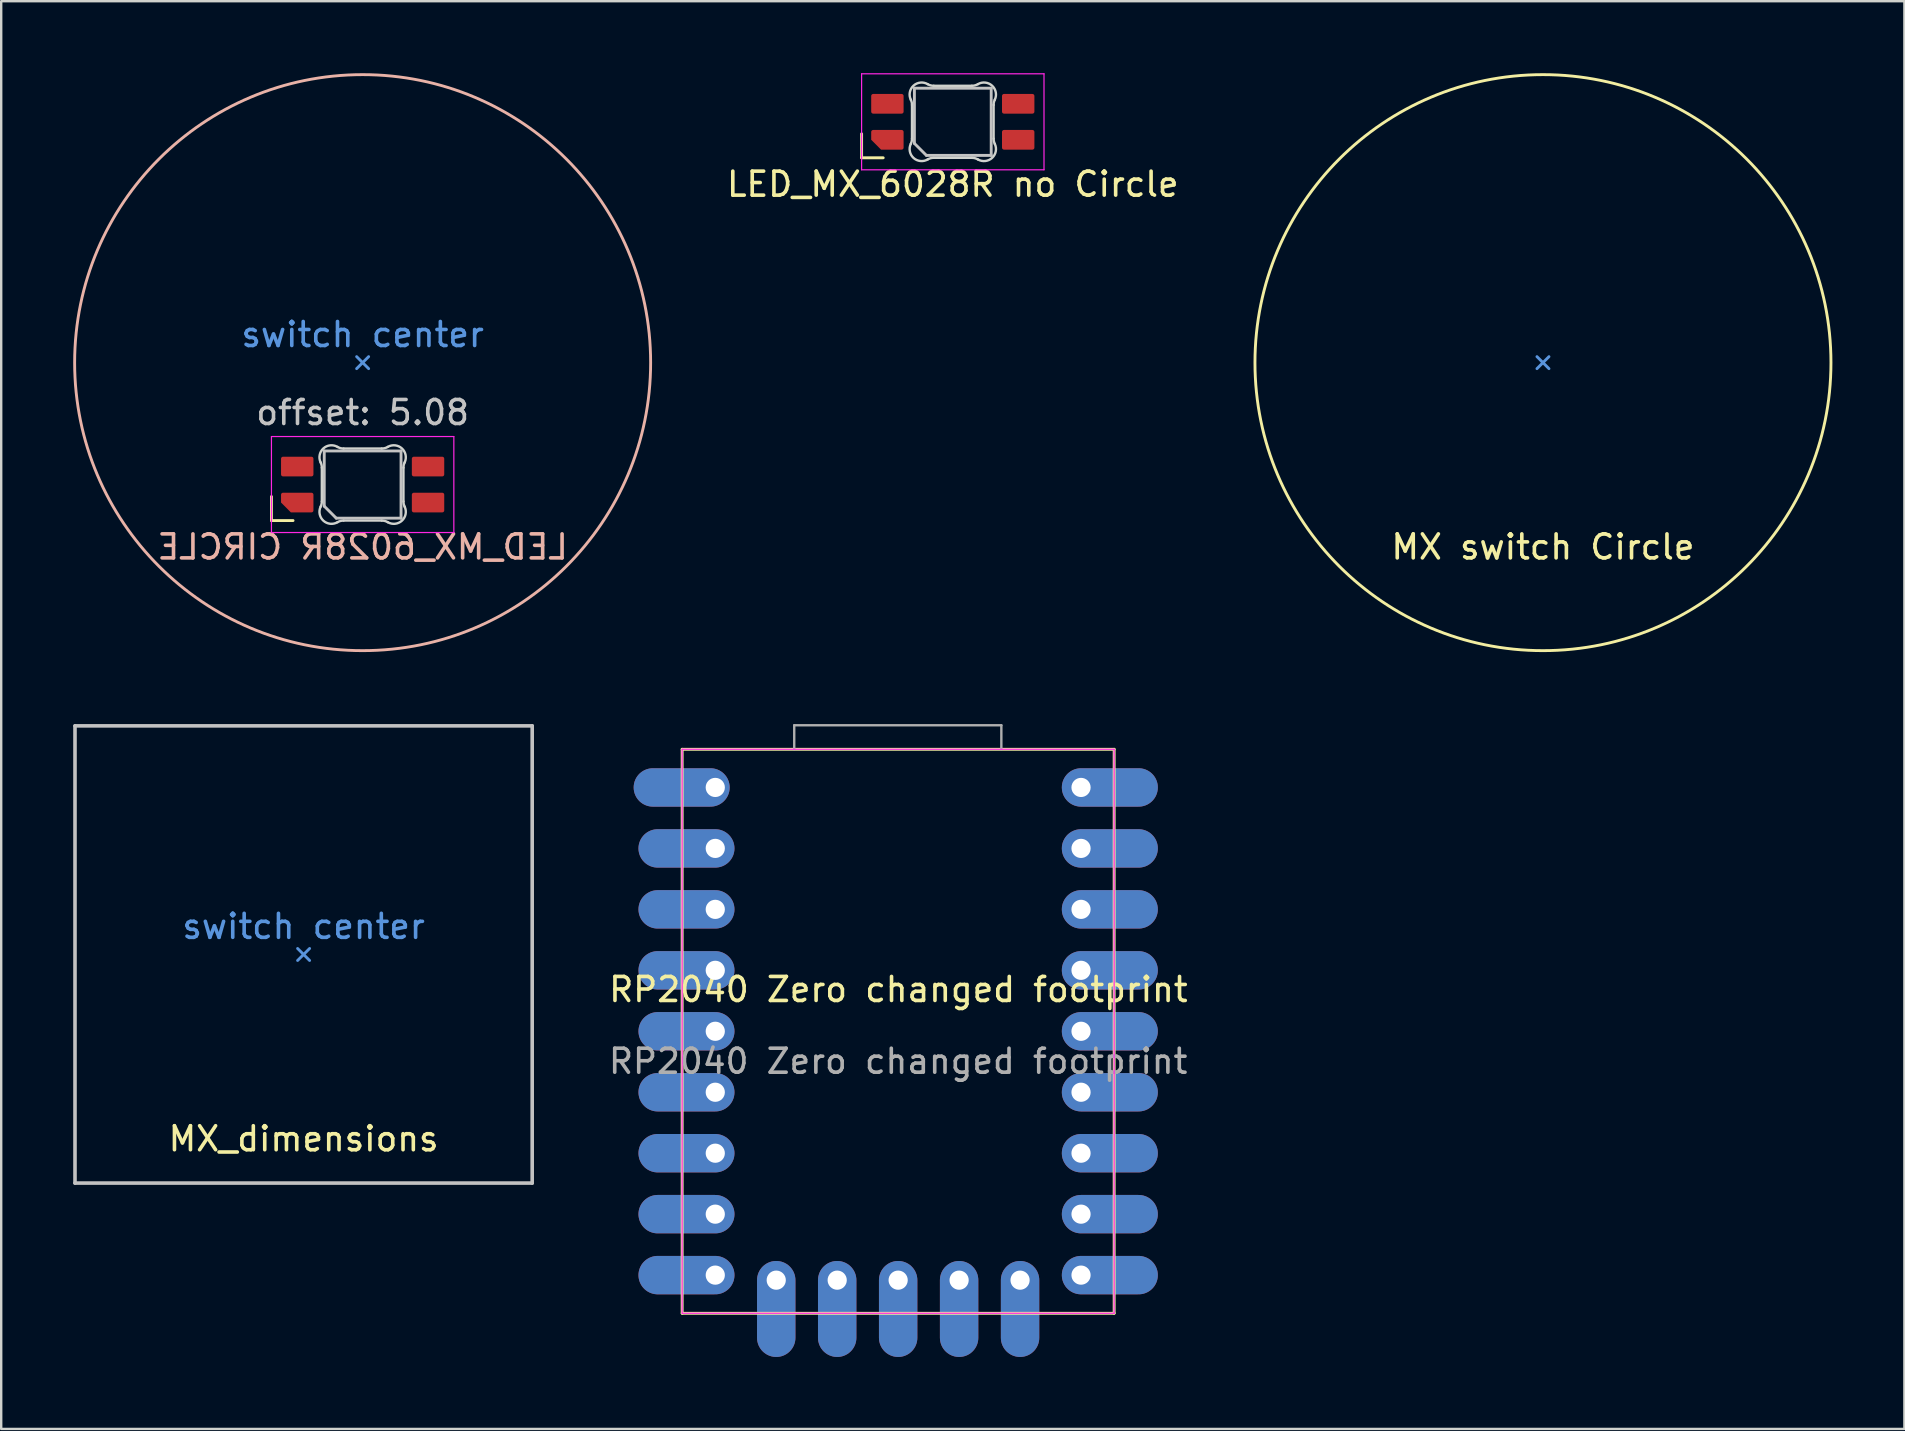
<source format=kicad_pcb>
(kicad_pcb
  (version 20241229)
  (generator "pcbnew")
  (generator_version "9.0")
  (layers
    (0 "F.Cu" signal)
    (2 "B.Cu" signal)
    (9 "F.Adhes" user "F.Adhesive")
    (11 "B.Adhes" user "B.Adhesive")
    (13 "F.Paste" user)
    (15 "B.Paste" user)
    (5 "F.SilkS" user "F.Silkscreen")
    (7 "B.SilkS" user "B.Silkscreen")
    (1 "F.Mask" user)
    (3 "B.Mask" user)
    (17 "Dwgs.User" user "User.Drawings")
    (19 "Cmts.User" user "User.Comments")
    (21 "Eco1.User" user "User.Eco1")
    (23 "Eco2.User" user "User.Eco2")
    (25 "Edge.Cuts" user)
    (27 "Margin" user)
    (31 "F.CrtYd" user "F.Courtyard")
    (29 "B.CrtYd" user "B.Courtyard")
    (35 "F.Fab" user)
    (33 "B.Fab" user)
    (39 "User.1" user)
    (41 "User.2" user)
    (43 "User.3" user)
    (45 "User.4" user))
  (footprint "MX_dimensions"
    (layer "F.Cu")
    (at 9.6 41.8)
    (property "Reference" "MX_dimensions" (at 0 2.6 0) (layer "F.SilkS") (effects (font (size 1 1) (thickness 0.15))))
    (attr smd)
    (fp_line (start -9.525 -14.605) (end -9.525 4.445) (stroke (width 0.15) (type solid)) (layer "Dwgs.User"))
    (fp_line (start -9.525 4.445) (end 9.525 4.445) (stroke (width 0.15) (type solid)) (layer "Dwgs.User"))
    (fp_line (start 9.525 -14.605) (end -9.525 -14.605) (stroke (width 0.15) (type solid)) (layer "Dwgs.User"))
    (fp_line (start 9.525 4.445) (end 9.525 -14.605) (stroke (width 0.15) (type solid)) (layer "Dwgs.User"))
    (fp_line (start -0.25 -4.83) (end 0 -5.08) (stroke (width 0.12) (type solid)) (layer "Cmts.User"))
    (fp_line (start 0 -5.08) (end -0.25 -5.33) (stroke (width 0.12) (type solid)) (layer "Cmts.User"))
    (fp_line (start 0 -5.08) (end 0.25 -5.33) (stroke (width 0.12) (type solid)) (layer "Cmts.User"))
    (fp_line (start 0.25 -4.83) (end 0 -5.08) (stroke (width 0.12) (type solid)) (layer "Cmts.User"))
    (fp_text user "switch center" (at 0 -6.25 0) (layer "Cmts.User") (effects (font (size 1 1) (thickness 0.15)))))
  (footprint "LED_MX_6028R CIRCLE"
    (layer "F.Cu")
    (at 12.06 17.14)
    (property "Reference" "LED_MX_6028R CIRCLE" (at 0 2.6 0) (layer "B.SilkS") (effects (font (size 1 1) (thickness 0.15)) (justify mirror)))
    (attr smd)
    (fp_line (start -3.8 0.5) (end -3.8 1.5) (stroke (width 0.12) (type solid)) (layer "F.SilkS"))
    (fp_line (start -3.8 1.5) (end -2.9 1.5) (stroke (width 0.12) (type solid)) (layer "F.SilkS"))
    (fp_circle (center 0 -5.08) (end -12 -5.08) (stroke (width 0.12) (type default)) (fill no) (layer "B.SilkS"))
    (fp_line (start -1.6 -1.4) (end 1.6 -1.4) (stroke (width 0.12) (type solid)) (layer "Dwgs.User"))
    (fp_line (start -1.6 0.9) (end -1.6 -1.4) (stroke (width 0.12) (type solid)) (layer "Dwgs.User"))
    (fp_line (start -1.6 0.9) (end -1.1 1.4) (stroke (width 0.12) (type solid)) (layer "Dwgs.User"))
    (fp_line (start 1.6 -1.4) (end 1.6 1.4) (stroke (width 0.12) (type solid)) (layer "Dwgs.User"))
    (fp_line (start 1.6 1.4) (end -1.1 1.4) (stroke (width 0.12) (type solid)) (layer "Dwgs.User"))
    (fp_line (start -0.25 -4.83) (end 0 -5.08) (stroke (width 0.12) (type solid)) (layer "Cmts.User"))
    (fp_line (start 0 -5.08) (end -0.25 -5.33) (stroke (width 0.12) (type solid)) (layer "Cmts.User"))
    (fp_line (start 0 -5.08) (end 0.25 -5.33) (stroke (width 0.12) (type solid)) (layer "Cmts.User"))
    (fp_line (start 0.25 -4.83) (end 0 -5.08) (stroke (width 0.12) (type solid)) (layer "Cmts.User"))
    (fp_line (start -1.7 -0.703) (end -1.7 0.703) (stroke (width 0.1) (type solid)) (layer "Edge.Cuts"))
    (fp_line (start -0.794 1.5) (end 0.794 1.5) (stroke (width 0.1) (type solid)) (layer "Edge.Cuts"))
    (fp_line (start 0.794 -1.5) (end -0.794 -1.5) (stroke (width 0.1) (type solid)) (layer "Edge.Cuts"))
    (fp_line (start 1.7 0.703) (end 1.7 -0.703) (stroke (width 0.1) (type solid)) (layer "Edge.Cuts"))
    (fp_arc (start -1.749484 -0.919721) (mid -1.712527 -0.814069) (end -1.699999 -0.702844) (stroke (width 0.1) (type solid)) (layer "Edge.Cuts"))
    (fp_arc (start -1.749484 -0.919721) (mid -1.638071 -1.504035) (end -1.046711 -1.568299) (stroke (width 0.1) (type solid)) (layer "Edge.Cuts"))
    (fp_arc (start -1.699999 0.702841) (mid -1.712527 0.814067) (end -1.749484 0.919719) (stroke (width 0.1) (type solid)) (layer "Edge.Cuts"))
    (fp_arc (start -1.046711 1.568298) (mid -1.638072 1.504034) (end -1.749484 0.919718) (stroke (width 0.1) (type solid)) (layer "Edge.Cuts"))
    (fp_arc (start -1.046711 1.568298) (mid -0.925123 1.517376) (end -0.794452 1.499999) (stroke (width 0.1) (type solid)) (layer "Edge.Cuts"))
    (fp_arc (start -0.794453 -1.5) (mid -0.925123 -1.517377) (end -1.046711 -1.568299) (stroke (width 0.1) (type solid)) (layer "Edge.Cuts"))
    (fp_arc (start 0.794452 1.499999) (mid 0.925122 1.517376) (end 1.04671 1.568298) (stroke (width 0.1) (type solid)) (layer "Edge.Cuts"))
    (fp_arc (start 1.046711 -1.5683) (mid 0.925123 -1.517378) (end 0.794453 -1.500001) (stroke (width 0.1) (type solid)) (layer "Edge.Cuts"))
    (fp_arc (start 1.046711 -1.5683) (mid 1.638071 -1.504036) (end 1.749484 -0.919721) (stroke (width 0.1) (type solid)) (layer "Edge.Cuts"))
    (fp_arc (start 1.699999 -0.702843) (mid 1.712527 -0.814069) (end 1.749484 -0.919721) (stroke (width 0.1) (type solid)) (layer "Edge.Cuts"))
    (fp_arc (start 1.749484 0.919719) (mid 1.63807 1.504033) (end 1.046711 1.568296) (stroke (width 0.1) (type solid)) (layer "Edge.Cuts"))
    (fp_arc (start 1.749484 0.919719) (mid 1.712527 0.814067) (end 1.699999 0.702842) (stroke (width 0.1) (type solid)) (layer "Edge.Cuts"))
    (fp_line (start -3.8 -2) (end 3.8 -2) (stroke (width 0.05) (type solid)) (layer "F.CrtYd"))
    (fp_line (start -3.8 2) (end -3.8 -2) (stroke (width 0.05) (type solid)) (layer "F.CrtYd"))
    (fp_line (start 3.8 -2) (end 3.8 2) (stroke (width 0.05) (type solid)) (layer "F.CrtYd"))
    (fp_line (start 3.8 2) (end -3.8 2) (stroke (width 0.05) (type solid)) (layer "F.CrtYd"))
    (fp_text user "offset: 5.08" (at 0 -3 0) (layer "Dwgs.User") (effects (font (size 1 1) (thickness 0.15))))
    (fp_text user "switch center" (at 0 -6.25 0) (layer "Cmts.User") (effects (font (size 1 1) (thickness 0.15))))
    (pad "1" smd roundrect (at 2.725 -0.75 90) (size 0.82 1.35) (layers "F.Cu" "F.Mask" "F.Paste") (roundrect_rratio 0.1))
    (pad "2" smd roundrect (at 2.725 0.75 90) (size 0.82 1.35) (layers "F.Cu" "F.Mask" "F.Paste") (roundrect_rratio 0.1))
    (pad "3" smd roundrect (at -2.725 -0.75 90) (size 0.82 1.35) (layers "F.Cu" "F.Mask" "F.Paste") (roundrect_rratio 0.1))
    (pad "4" smd roundrect (at -2.725 0.75 90) (size 0.82 1.35) (layers "F.Cu" "F.Mask" "F.Paste") (roundrect_rratio 0.1) (chamfer_ratio 0.5) (chamfer top_left)))
  (footprint "MX switch Circle"
    (layer "F.Cu")
    (at 61.24 17.14)
    (property "Reference" "MX switch Circle" (at 0 2.6 0) (layer "F.SilkS") (effects (font (size 1 1) (thickness 0.15))))
    (attr smd)
    (fp_circle (center 0 -5.08) (end 12 -5.08) (stroke (width 0.12) (type default)) (fill no) (layer "F.SilkS"))
    (fp_line (start -0.25 -4.83) (end 0 -5.08) (stroke (width 0.12) (type solid)) (layer "Cmts.User"))
    (fp_line (start 0 -5.08) (end -0.25 -5.33) (stroke (width 0.12) (type solid)) (layer "Cmts.User"))
    (fp_line (start 0 -5.08) (end 0.25 -5.33) (stroke (width 0.12) (type solid)) (layer "Cmts.User"))
    (fp_line (start 0.25 -4.83) (end 0 -5.08) (stroke (width 0.12) (type solid)) (layer "Cmts.User")))
  (footprint "RP2040 Zero changed footprint"
    (layer "F.Cu")
    (at 34.363 38.26)
    (property "Reference" "RP2040 Zero changed footprint" (at 0.02 -0.08 0) (unlocked yes) (layer "F.SilkS") (effects (font (size 1 1) (thickness 0.15))))
    (attr through_hole)
    (fp_line (start -8.99 -10.09) (end -8.99 13.41) (stroke (width 0.12) (type solid)) (layer "F.SilkS"))
    (fp_line (start -8.99 13.41) (end 9.01 13.41) (stroke (width 0.12) (type solid)) (layer "F.SilkS"))
    (fp_line (start 9.01 -10.09) (end -8.99 -10.09) (stroke (width 0.12) (type solid)) (layer "F.SilkS"))
    (fp_line (start 9.01 13.41) (end 9.01 -10.09) (stroke (width 0.12) (type solid)) (layer "F.SilkS"))
    (fp_line (start -8.99 -10.09) (end 9.01 -10.09) (stroke (width 0.05) (type solid)) (layer "F.CrtYd"))
    (fp_line (start -8.99 13.41) (end -8.99 -10.09) (stroke (width 0.05) (type solid)) (layer "F.CrtYd"))
    (fp_line (start 9.01 -10.09) (end 9.01 13.41) (stroke (width 0.05) (type solid)) (layer "F.CrtYd"))
    (fp_line (start 9.01 13.41) (end -8.99 13.41) (stroke (width 0.05) (type solid)) (layer "F.CrtYd"))
    (fp_line (start -4.32 -11.09) (end -4.32 -10.09) (stroke (width 0.1) (type solid)) (layer "F.Fab"))
    (fp_line (start -4.32 -11.09) (end 4.31 -11.09) (stroke (width 0.1) (type solid)) (layer "F.Fab"))
    (fp_line (start 4.31 -11.09) (end 4.31 -10.09) (stroke (width 0.1) (type solid)) (layer "F.Fab"))
    (fp_text user "${REFERENCE}" (at 0.01 2.91 0) (unlocked yes) (layer "F.Fab") (effects (font (size 1 1) (thickness 0.15))))
    (pad "1" thru_hole oval (at 7.63 -8.5) (size 4 1.6) (drill 0.8 (offset 1.2 0)) (layers "*.Cu" "*.Mask"))
    (pad "2" thru_hole oval (at 7.63 -5.96) (size 4 1.6) (drill 0.8 (offset 1.2 0)) (layers "*.Cu" "*.Mask"))
    (pad "3" thru_hole oval (at 7.63 -3.42) (size 4 1.6) (drill 0.8 (offset 1.2 0)) (layers "*.Cu" "*.Mask"))
    (pad "4" thru_hole oval (at 7.63 -0.88) (size 4 1.6) (drill 0.8 (offset 1.2 0)) (layers "*.Cu" "*.Mask"))
    (pad "5" thru_hole oval (at 7.63 1.66) (size 4 1.6) (drill 0.8 (offset 1.2 0)) (layers "*.Cu" "*.Mask"))
    (pad "6" thru_hole oval (at 7.63 4.2) (size 4 1.6) (drill 0.8 (offset 1.2 0)) (layers "*.Cu" "*.Mask"))
    (pad "7" thru_hole oval (at 7.63 6.74) (size 4 1.6) (drill 0.8 (offset 1.2 0)) (layers "*.Cu" "*.Mask"))
    (pad "8" thru_hole oval (at 7.63 9.28) (size 4 1.6) (drill 0.8 (offset 1.2 0)) (layers "*.Cu" "*.Mask"))
    (pad "9" thru_hole oval (at 7.63 11.82) (size 4 1.6) (drill 0.8 (offset 1.2 0)) (layers "*.Cu" "*.Mask"))
    (pad "10" thru_hole oval (at 5.09 12.03) (size 1.6 4) (drill 0.8 (offset 0 1.2)) (layers "*.Cu" "*.Mask"))
    (pad "11" thru_hole oval (at 2.55 12.03) (size 1.6 4) (drill 0.8 (offset 0 1.2)) (layers "*.Cu" "*.Mask"))
    (pad "12" thru_hole oval (at 0.01 12.03) (size 1.6 4) (drill 0.8 (offset 0 1.2)) (layers "*.Cu" "*.Mask"))
    (pad "13" thru_hole oval (at -2.53 12.03) (size 1.6 4) (drill 0.8 (offset 0 1.2)) (layers "*.Cu" "*.Mask"))
    (pad "14" thru_hole oval (at -5.07 12.03) (size 1.6 4) (drill 0.8 (offset 0 1.2)) (layers "*.Cu" "*.Mask"))
    (pad "15" thru_hole oval (at -7.61 11.82) (size 4 1.6) (drill 0.8 (offset -1.2 0)) (layers "*.Cu" "*.Mask"))
    (pad "16" thru_hole oval (at -7.61 9.28) (size 4 1.6) (drill 0.8 (offset -1.2 0)) (layers "*.Cu" "*.Mask"))
    (pad "17" thru_hole oval (at -7.61 6.74) (size 4 1.6) (drill 0.8 (offset -1.2 0)) (layers "*.Cu" "*.Mask"))
    (pad "18" thru_hole oval (at -7.61 4.2) (size 4 1.6) (drill 0.8 (offset -1.2 0)) (layers "*.Cu" "*.Mask"))
    (pad "19" thru_hole oval (at -7.61 1.66) (size 4 1.6) (drill 0.8 (offset -1.2 0)) (layers "*.Cu" "*.Mask"))
    (pad "20" thru_hole oval (at -7.61 -0.88) (size 4 1.6) (drill 0.8 (offset -1.2 0)) (layers "*.Cu" "*.Mask"))
    (pad "21" thru_hole oval (at -7.61 -3.42) (size 4 1.6) (drill 0.8 (offset -1.2 0)) (layers "*.Cu" "*.Mask"))
    (pad "22" thru_hole oval (at -7.61 -8.5) (size 4 1.6) (drill 0.8 (offset -1.4 0)) (layers "*.Cu" "*.Mask"))
    (pad "23" thru_hole oval (at -7.61 -5.96) (size 4 1.6) (drill 0.8 (offset -1.2 0)) (layers "*.Cu" "*.Mask")))
  (footprint "LED_MX_6028R no Circle"
    (layer "F.Cu")
    (at 36.65 2.025)
    (property "Reference" "LED_MX_6028R no Circle" (at 0 2.6 0) (layer "F.SilkS") (effects (font (size 1 1) (thickness 0.15))))
    (attr smd)
    (fp_line (start -3.8 0.5) (end -3.8 1.5) (stroke (width 0.12) (type solid)) (layer "F.SilkS"))
    (fp_line (start -3.8 1.5) (end -2.9 1.5) (stroke (width 0.12) (type solid)) (layer "F.SilkS"))
    (fp_line (start -1.6 -1.4) (end 1.6 -1.4) (stroke (width 0.12) (type solid)) (layer "Dwgs.User"))
    (fp_line (start -1.6 0.9) (end -1.6 -1.4) (stroke (width 0.12) (type solid)) (layer "Dwgs.User"))
    (fp_line (start -1.6 0.9) (end -1.1 1.4) (stroke (width 0.12) (type solid)) (layer "Dwgs.User"))
    (fp_line (start 1.6 -1.4) (end 1.6 1.4) (stroke (width 0.12) (type solid)) (layer "Dwgs.User"))
    (fp_line (start 1.6 1.4) (end -1.1 1.4) (stroke (width 0.12) (type solid)) (layer "Dwgs.User"))
    (fp_line (start -1.7 -0.703) (end -1.7 0.703) (stroke (width 0.1) (type solid)) (layer "Edge.Cuts"))
    (fp_line (start -0.794 1.5) (end 0.794 1.5) (stroke (width 0.1) (type solid)) (layer "Edge.Cuts"))
    (fp_line (start 0.794 -1.5) (end -0.794 -1.5) (stroke (width 0.1) (type solid)) (layer "Edge.Cuts"))
    (fp_line (start 1.7 0.703) (end 1.7 -0.703) (stroke (width 0.1) (type solid)) (layer "Edge.Cuts"))
    (fp_arc (start -1.749484 -0.919721) (mid -1.712527 -0.814069) (end -1.699999 -0.702844) (stroke (width 0.1) (type solid)) (layer "Edge.Cuts"))
    (fp_arc (start -1.749484 -0.919721) (mid -1.638071 -1.504035) (end -1.046711 -1.568299) (stroke (width 0.1) (type solid)) (layer "Edge.Cuts"))
    (fp_arc (start -1.699999 0.702841) (mid -1.712527 0.814067) (end -1.749484 0.919719) (stroke (width 0.1) (type solid)) (layer "Edge.Cuts"))
    (fp_arc (start -1.046711 1.568298) (mid -1.638072 1.504034) (end -1.749484 0.919718) (stroke (width 0.1) (type solid)) (layer "Edge.Cuts"))
    (fp_arc (start -1.046711 1.568298) (mid -0.925123 1.517376) (end -0.794452 1.499999) (stroke (width 0.1) (type solid)) (layer "Edge.Cuts"))
    (fp_arc (start -0.794453 -1.5) (mid -0.925123 -1.517377) (end -1.046711 -1.568299) (stroke (width 0.1) (type solid)) (layer "Edge.Cuts"))
    (fp_arc (start 0.794452 1.499999) (mid 0.925122 1.517376) (end 1.04671 1.568298) (stroke (width 0.1) (type solid)) (layer "Edge.Cuts"))
    (fp_arc (start 1.046711 -1.5683) (mid 0.925123 -1.517378) (end 0.794453 -1.500001) (stroke (width 0.1) (type solid)) (layer "Edge.Cuts"))
    (fp_arc (start 1.046711 -1.5683) (mid 1.638071 -1.504036) (end 1.749484 -0.919721) (stroke (width 0.1) (type solid)) (layer "Edge.Cuts"))
    (fp_arc (start 1.699999 -0.702843) (mid 1.712527 -0.814069) (end 1.749484 -0.919721) (stroke (width 0.1) (type solid)) (layer "Edge.Cuts"))
    (fp_arc (start 1.749484 0.919719) (mid 1.63807 1.504033) (end 1.046711 1.568296) (stroke (width 0.1) (type solid)) (layer "Edge.Cuts"))
    (fp_arc (start 1.749484 0.919719) (mid 1.712527 0.814067) (end 1.699999 0.702842) (stroke (width 0.1) (type solid)) (layer "Edge.Cuts"))
    (fp_line (start -3.8 -2) (end 3.8 -2) (stroke (width 0.05) (type solid)) (layer "F.CrtYd"))
    (fp_line (start -3.8 2) (end -3.8 -2) (stroke (width 0.05) (type solid)) (layer "F.CrtYd"))
    (fp_line (start 3.8 -2) (end 3.8 2) (stroke (width 0.05) (type solid)) (layer "F.CrtYd"))
    (fp_line (start 3.8 2) (end -3.8 2) (stroke (width 0.05) (type solid)) (layer "F.CrtYd"))
    (pad "1" smd roundrect (at 2.725 -0.75 90) (size 0.82 1.35) (layers "F.Cu" "F.Mask" "F.Paste") (roundrect_rratio 0.1))
    (pad "2" smd roundrect (at 2.725 0.75 90) (size 0.82 1.35) (layers "F.Cu" "F.Mask" "F.Paste") (roundrect_rratio 0.1))
    (pad "3" smd roundrect (at -2.725 -0.75 90) (size 0.82 1.35) (layers "F.Cu" "F.Mask" "F.Paste") (roundrect_rratio 0.1))
    (pad "4" smd roundrect (at -2.725 0.75 90) (size 0.82 1.35) (layers "F.Cu" "F.Mask" "F.Paste") (roundrect_rratio 0.1) (chamfer_ratio 0.5) (chamfer top_left)))
  (gr_rect
    (start -3 -3)
    (end 76.3 56.49)
    (stroke (width 0.1) (type default))
    (fill no)
    (layer "Edge.Cuts")))
</source>
